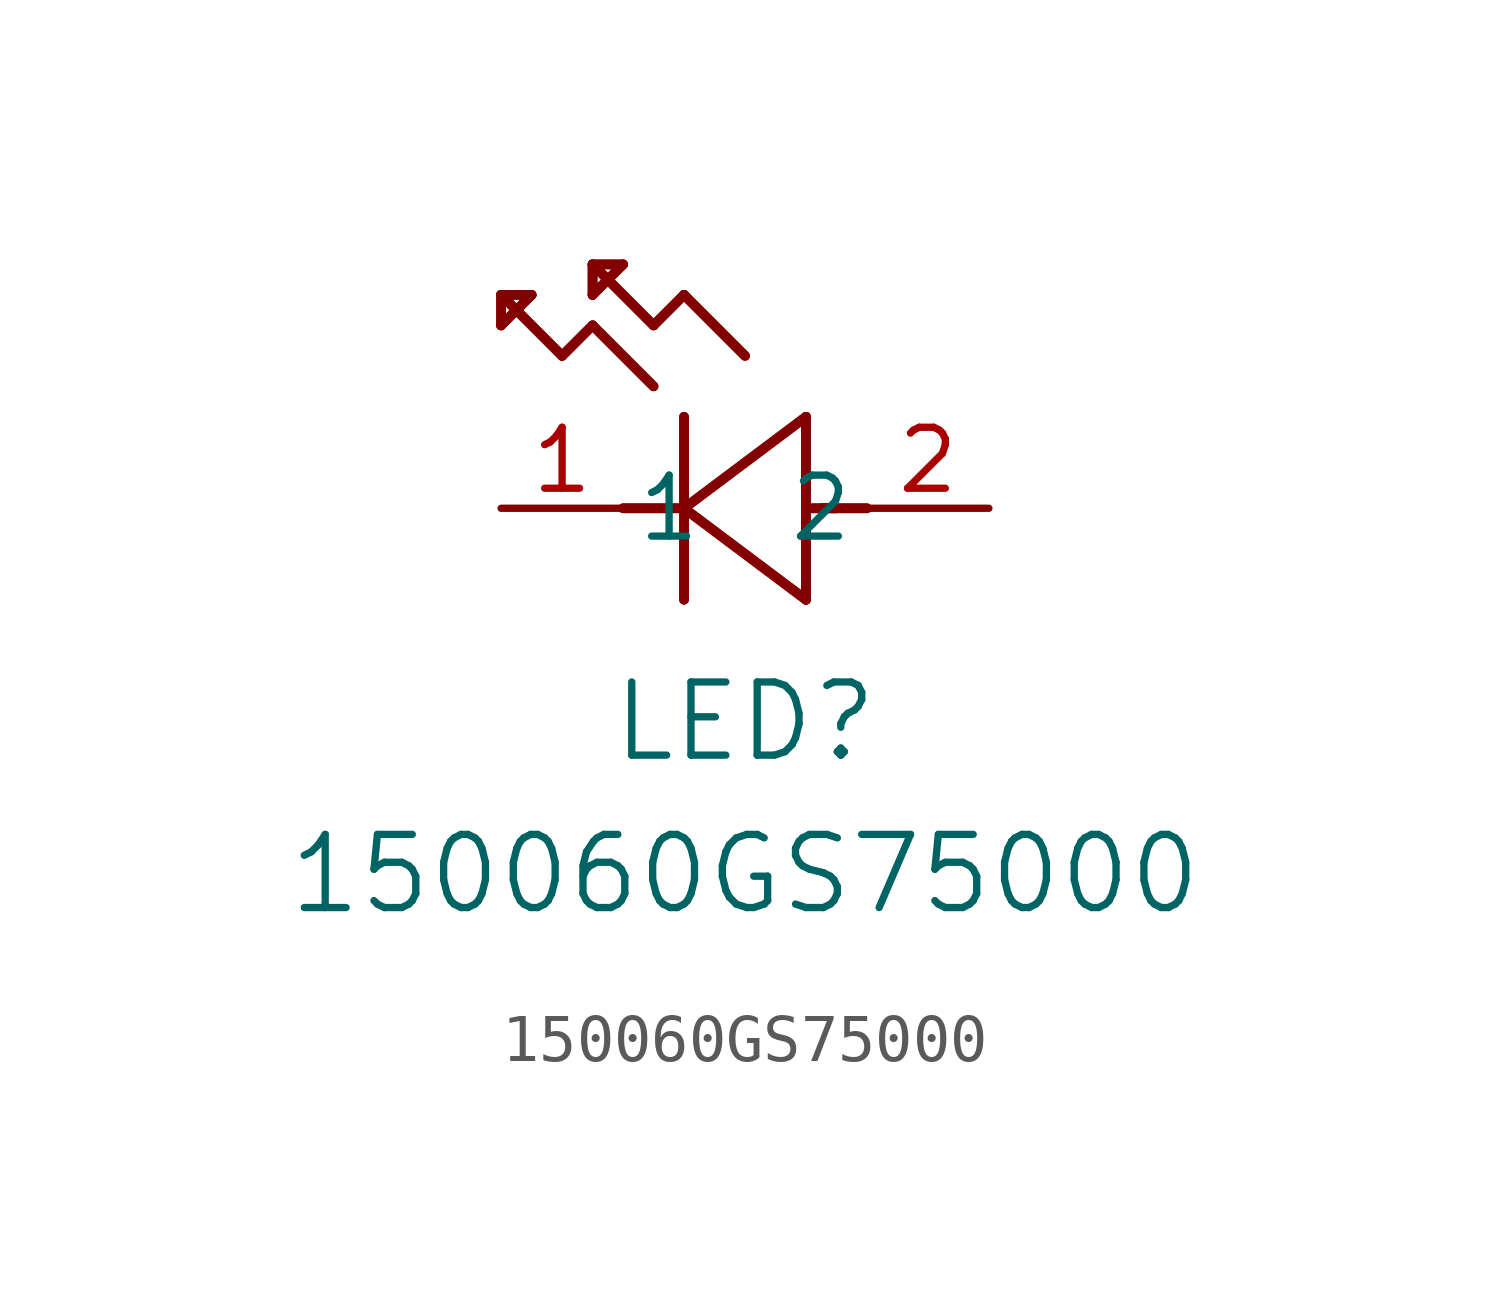
<source format=kicad_sym>
(kicad_symbol_lib
  (version 20211014)
  (generator kicad_symbol_editor)
  (symbol "150060GS75000"
    (pin_names
      (offset 0.254))
    (property "Reference" "LED"
      (at 5.08 -4.445 0)
      (effects (font (size 1.524 1.524))))
    (property "Value" "150060GS75000"
      (at 5.08 -7.62 0)
      (effects (font (size 1.524 1.524))))
    (symbol "150060GS75000_0_1"
      (polyline (pts (xy 7.62 0) (xy 6.68 0)) (stroke (width 0.203) (type default) (color 0 0 0 0)) (fill (type none)))
      (polyline (pts (xy 6.35 1.905) (xy 6.35 -1.905)) (stroke (width 0.203) (type default) (color 0 0 0 0)) (fill (type none)))
      (polyline (pts (xy 6.985 0) (xy 6.35 0)) (stroke (width 0.203) (type default) (color 0 0 0 0)) (fill (type none)))
      (polyline (pts (xy 3.81 -1.905) (xy 3.81 1.905)) (stroke (width 0.203) (type default) (color 0 0 0 0)) (fill (type none)))
      (polyline (pts (xy 3.81 0) (xy 2.54 0)) (stroke (width 0.203) (type default) (color 0 0 0 0)) (fill (type none)))
      (polyline (pts (xy 3.81 4.445) (xy 3.175 3.81)) (stroke (width 0.203) (type default) (color 0 0 0 0)) (fill (type none)))
      (polyline (pts (xy 3.175 3.81) (xy 1.905 5.08)) (stroke (width 0.203) (type default) (color 0 0 0 0)) (fill (type none)))
      (polyline (pts (xy 1.905 3.81) (xy 1.27 3.175)) (stroke (width 0.203) (type default) (color 0 0 0 0)) (fill (type none)))
      (polyline (pts (xy 1.27 3.175) (xy 0 4.445)) (stroke (width 0.203) (type default) (color 0 0 0 0)) (fill (type none)))
      (polyline (pts (xy 1.905 5.08) (xy 2.54 5.08)) (stroke (width 0.203) (type default) (color 0 0 0 0)) (fill (type none)))
      (polyline (pts (xy 2.54 5.08) (xy 1.905 4.445)) (stroke (width 0.203) (type default) (color 0 0 0 0)) (fill (type none)))
      (polyline (pts (xy 1.905 4.445) (xy 1.905 5.08)) (stroke (width 0.203) (type default) (color 0 0 0 0)) (fill (type none)))
      (polyline (pts (xy 0 4.445) (xy 0.635 4.445)) (stroke (width 0.203) (type default) (color 0 0 0 0)) (fill (type none)))
      (polyline (pts (xy 0.635 4.445) (xy 0 3.81)) (stroke (width 0.203) (type default) (color 0 0 0 0)) (fill (type none)))
      (polyline (pts (xy 0 3.81) (xy 0 4.445)) (stroke (width 0.203) (type default) (color 0 0 0 0)) (fill (type none)))
      (polyline (pts (xy 3.175 2.54) (xy 1.905 3.81)) (stroke (width 0.203) (type default) (color 0 0 0 0)) (fill (type none)))
      (polyline (pts (xy 3.81 0) (xy 6.35 1.905)) (stroke (width 0.203) (type default) (color 0 0 0 0)) (fill (type none)))
      (polyline (pts (xy 6.35 -1.905) (xy 3.81 0)) (stroke (width 0.203) (type default) (color 0 0 0 0)) (fill (type none)))
      (polyline (pts (xy 5.08 3.175) (xy 3.81 4.445)) (stroke (width 0.203) (type default) (color 0 0 0 0)) (fill (type none)))
      (pin unspecified line (at 0 0 0) (length 2.54) (name "1" (effects (font (size 1.27 1.27)))) (number "1" (effects (font (size 1.27 1.27)))))
      (pin unspecified line (at 10.16 0 180) (length 2.54) (name "2" (effects (font (size 1.27 1.27)))) (number "2" (effects (font (size 1.27 1.27))))))
    (symbol "150060GS75000_0_1"
      (polyline (pts (xy 7.62 0) (xy 6.68 0)) (stroke (width 0.203) (type default) (color 0 0 0 0)) (fill (type none)))
      (polyline (pts (xy 6.35 1.905) (xy 6.35 -1.905)) (stroke (width 0.203) (type default) (color 0 0 0 0)) (fill (type none)))
      (polyline (pts (xy 6.985 0) (xy 6.35 0)) (stroke (width 0.203) (type default) (color 0 0 0 0)) (fill (type none)))
      (polyline (pts (xy 3.81 -1.905) (xy 3.81 1.905)) (stroke (width 0.203) (type default) (color 0 0 0 0)) (fill (type none)))
      (polyline (pts (xy 3.81 0) (xy 2.54 0)) (stroke (width 0.203) (type default) (color 0 0 0 0)) (fill (type none)))
      (polyline (pts (xy 3.81 4.445) (xy 3.175 3.81)) (stroke (width 0.203) (type default) (color 0 0 0 0)) (fill (type none)))
      (polyline (pts (xy 3.175 3.81) (xy 1.905 5.08)) (stroke (width 0.203) (type default) (color 0 0 0 0)) (fill (type none)))
      (polyline (pts (xy 1.905 3.81) (xy 1.27 3.175)) (stroke (width 0.203) (type default) (color 0 0 0 0)) (fill (type none)))
      (polyline (pts (xy 1.27 3.175) (xy 0 4.445)) (stroke (width 0.203) (type default) (color 0 0 0 0)) (fill (type none)))
      (polyline (pts (xy 1.905 5.08) (xy 2.54 5.08)) (stroke (width 0.203) (type default) (color 0 0 0 0)) (fill (type none)))
      (polyline (pts (xy 2.54 5.08) (xy 1.905 4.445)) (stroke (width 0.203) (type default) (color 0 0 0 0)) (fill (type none)))
      (polyline (pts (xy 1.905 4.445) (xy 1.905 5.08)) (stroke (width 0.203) (type default) (color 0 0 0 0)) (fill (type none)))
      (polyline (pts (xy 0 4.445) (xy 0.635 4.445)) (stroke (width 0.203) (type default) (color 0 0 0 0)) (fill (type none)))
      (polyline (pts (xy 0.635 4.445) (xy 0 3.81)) (stroke (width 0.203) (type default) (color 0 0 0 0)) (fill (type none)))
      (polyline (pts (xy 0 3.81) (xy 0 4.445)) (stroke (width 0.203) (type default) (color 0 0 0 0)) (fill (type none)))
      (polyline (pts (xy 3.175 2.54) (xy 1.905 3.81)) (stroke (width 0.203) (type default) (color 0 0 0 0)) (fill (type none)))
      (polyline (pts (xy 3.81 0) (xy 6.35 1.905)) (stroke (width 0.203) (type default) (color 0 0 0 0)) (fill (type none)))
      (polyline (pts (xy 6.35 -1.905) (xy 3.81 0)) (stroke (width 0.203) (type default) (color 0 0 0 0)) (fill (type none)))
      (polyline (pts (xy 5.08 3.175) (xy 3.81 4.445)) (stroke (width 0.203) (type default) (color 0 0 0 0)) (fill (type none))))))
</source>
